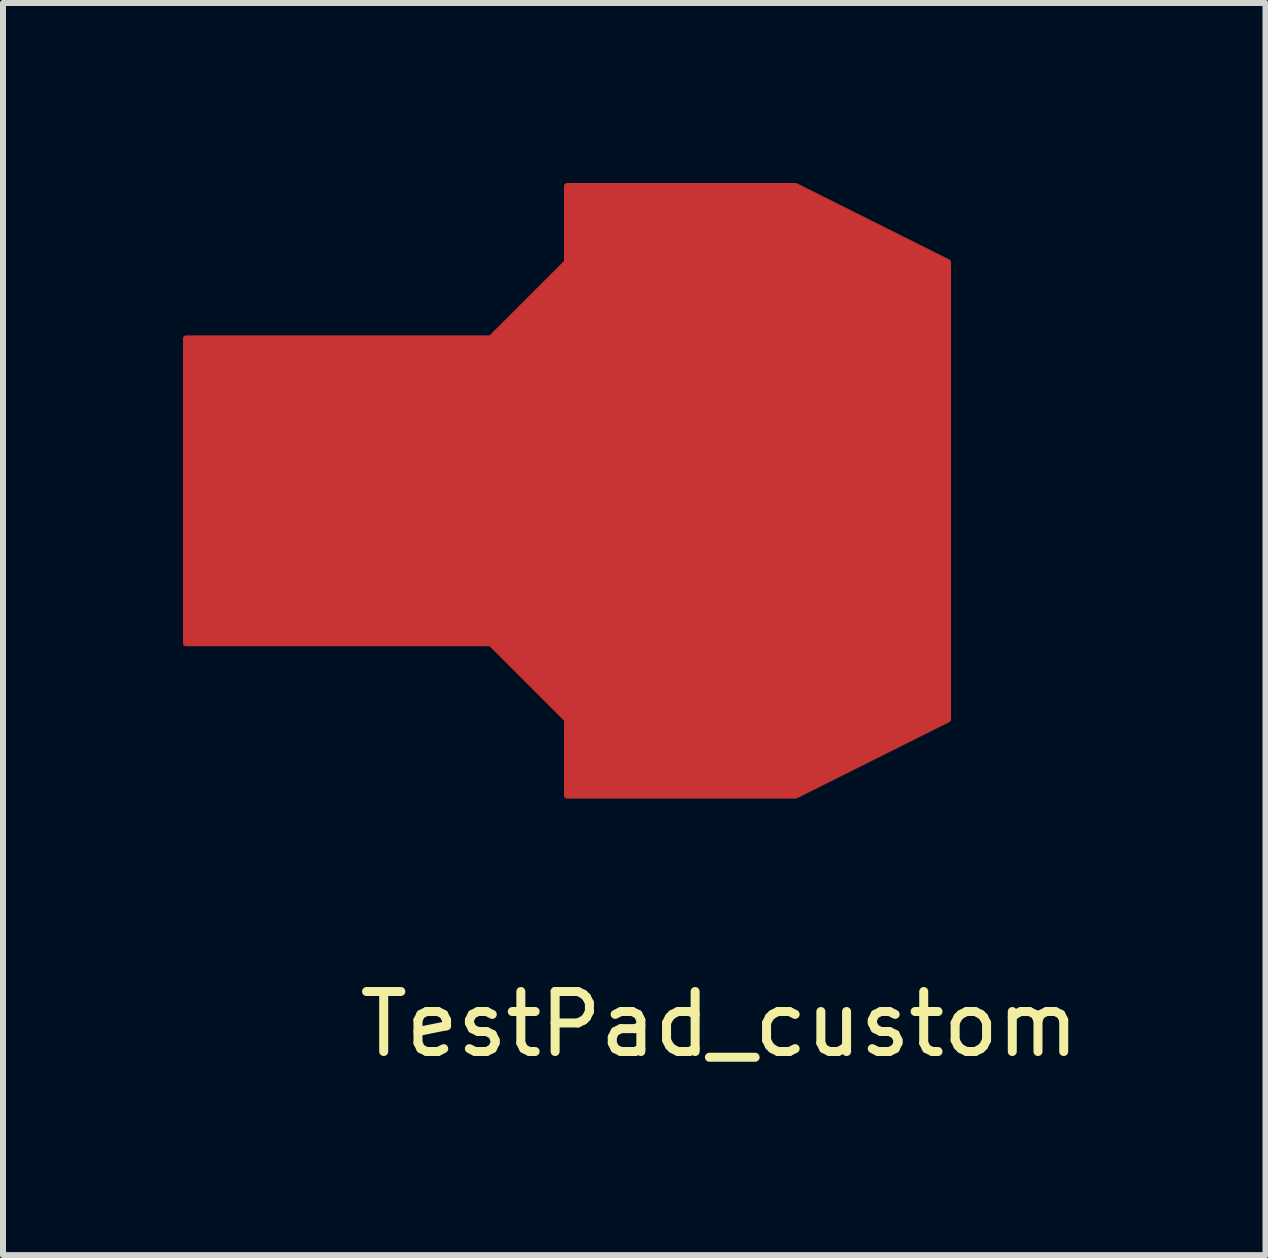
<source format=kicad_pcb>
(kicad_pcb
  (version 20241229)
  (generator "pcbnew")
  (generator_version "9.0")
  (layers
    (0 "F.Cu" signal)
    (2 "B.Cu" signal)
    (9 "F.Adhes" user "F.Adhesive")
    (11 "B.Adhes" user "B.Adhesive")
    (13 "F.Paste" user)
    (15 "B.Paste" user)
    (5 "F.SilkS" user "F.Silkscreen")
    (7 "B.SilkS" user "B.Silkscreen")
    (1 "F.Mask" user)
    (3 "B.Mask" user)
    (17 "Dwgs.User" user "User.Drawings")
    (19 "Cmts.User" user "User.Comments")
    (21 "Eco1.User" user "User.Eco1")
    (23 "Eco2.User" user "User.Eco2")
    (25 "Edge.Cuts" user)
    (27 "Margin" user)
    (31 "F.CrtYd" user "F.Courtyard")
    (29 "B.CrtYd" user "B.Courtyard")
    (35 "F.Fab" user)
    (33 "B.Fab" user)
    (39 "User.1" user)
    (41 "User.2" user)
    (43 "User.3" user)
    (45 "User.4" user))
  (footprint "TestPad_custom"
    (layer "F.Cu")
    (at 8.94 5.13)
    (property "Reference" "TestPad_custom" (at 0 8.89 0) (layer "F.SilkS") (effects (font (size 1 1) (thickness 0.15))))
    (attr through_hole)
    (fp_poly (pts (xy 3.81 -3.81) (xy 3.81 3.81) (xy 1.27 5.08) (xy -2.54 5.08) (xy -2.54 3.81) (xy -3.81 2.54) (xy -8.89 2.54) (xy -8.89 -2.54) (xy -3.81 -2.54) (xy -2.54 -3.81) (xy -2.54 -5.08) (xy 1.27 -5.08)) (stroke (width 0.1) (type solid)) (fill yes) (layer "F.Cu")))
  (gr_rect
    (start -3 -3)
    (end 18.041 17.868)
    (stroke (width 0.1) (type default))
    (fill no)
    (layer "Edge.Cuts")))
</source>
